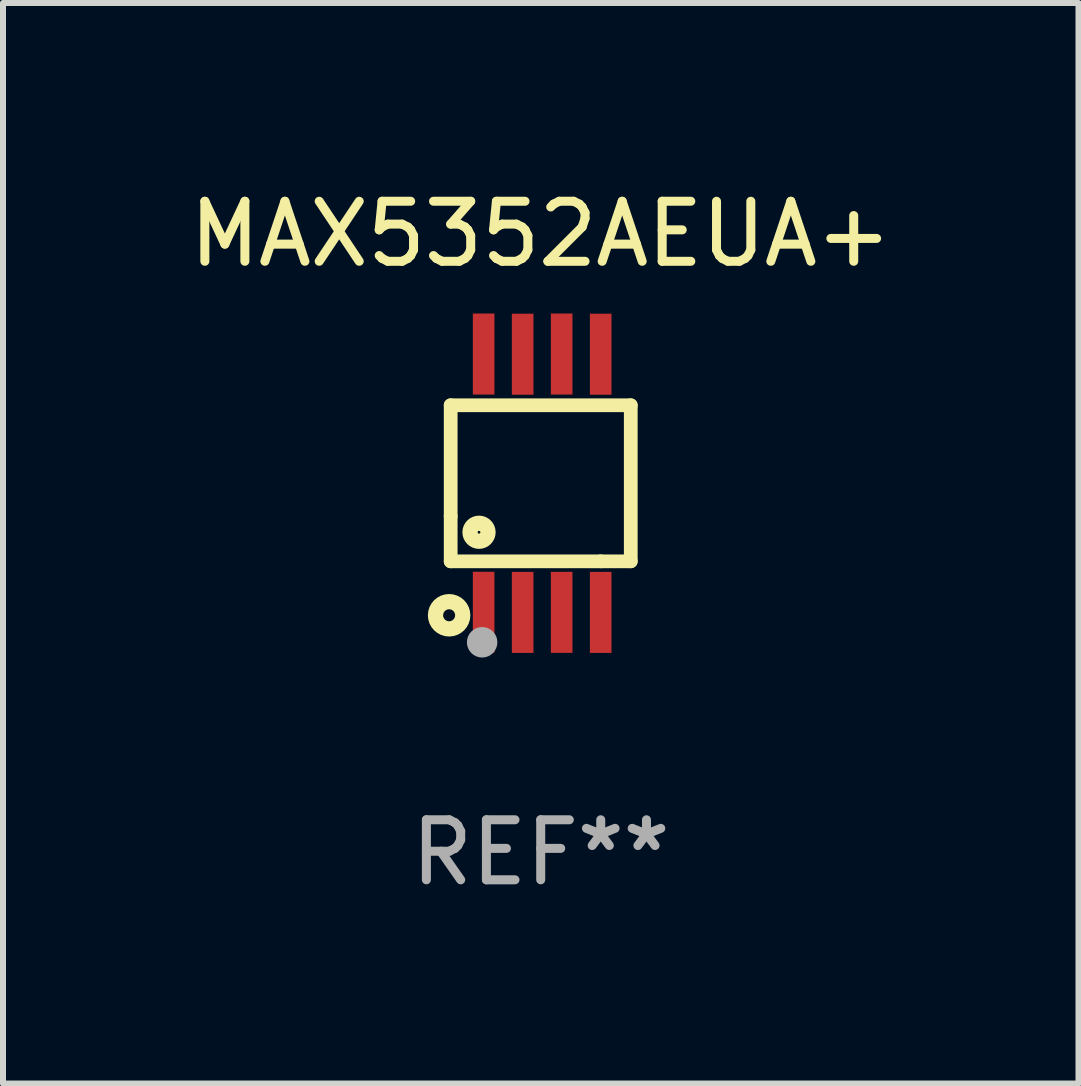
<source format=kicad_pcb>
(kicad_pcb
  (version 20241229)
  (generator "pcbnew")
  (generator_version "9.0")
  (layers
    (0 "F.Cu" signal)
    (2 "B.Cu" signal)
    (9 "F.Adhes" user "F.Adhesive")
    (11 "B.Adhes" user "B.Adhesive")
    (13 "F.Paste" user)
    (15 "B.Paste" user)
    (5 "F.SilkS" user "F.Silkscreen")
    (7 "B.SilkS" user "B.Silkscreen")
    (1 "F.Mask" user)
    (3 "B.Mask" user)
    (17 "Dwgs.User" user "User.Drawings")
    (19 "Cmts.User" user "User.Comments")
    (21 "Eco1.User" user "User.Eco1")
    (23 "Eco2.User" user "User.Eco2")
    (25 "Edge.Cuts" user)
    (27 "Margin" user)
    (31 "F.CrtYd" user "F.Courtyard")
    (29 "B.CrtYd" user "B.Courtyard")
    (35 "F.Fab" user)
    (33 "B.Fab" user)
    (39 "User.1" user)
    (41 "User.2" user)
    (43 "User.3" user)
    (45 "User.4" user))
  (footprint "MAX5352AEUA+"
    (layer "F.Cu")
    (at 5.958 5)
    (property "Reference" "MAX5352AEUA+" (at 0 -4.152 0) (layer "F.SilkS") (effects (font (size 1 1) (thickness 0.15))))
    (attr through_hole)
    (fp_line (start -1.5 1.301) (end 1 1.301) (stroke (width 0.229) (type solid)) (layer "F.SilkS"))
    (fp_line (start -1.5 -1.299) (end -1.5 0.551) (stroke (width 0.229) (type solid)) (layer "F.SilkS"))
    (fp_line (start -1.5 0.551) (end -1.5 1.301) (stroke (width 0.229) (type solid)) (layer "F.SilkS"))
    (fp_line (start 1 1.301) (end 1.5 1.301) (stroke (width 0.229) (type solid)) (layer "F.SilkS"))
    (fp_line (start 1.5 1.301) (end 1.5 -1.299) (stroke (width 0.229) (type solid)) (layer "F.SilkS"))
    (fp_line (start 1.5 -1.299) (end -1.5 -1.299) (stroke (width 0.229) (type solid)) (layer "F.SilkS"))
    (fp_circle (center -1.526 2.2) (end -1.426 2.2) (stroke (width 0.254) (type solid)) (fill no) (layer "F.SilkS"))
    (fp_circle (center -1.476 2.45) (end -1.446 2.45) (stroke (width 0.06) (type solid)) (fill no) (layer "F.SilkS"))
    (fp_circle (center -1.028 0.817) (end -0.878 0.817) (stroke (width 0.254) (type solid)) (fill no) (layer "F.SilkS"))
    (fp_circle (center -0.976 2.65) (end -0.849 2.65) (stroke (width 0.254) (type solid)) (fill no) (layer "F.Fab"))
    (fp_text user "REF**" (at 0 6.152 0) (layer "F.Fab") (effects (font (size 1 1) (thickness 0.15))))
    (pad "1" smd rect (at -0.951 2.15) (size 0.36 1.35) (layers "F.Cu" "F.Mask" "F.Paste"))
    (pad "2" smd rect (at -0.301 2.152) (size 0.36 1.35) (layers "F.Cu" "F.Mask" "F.Paste"))
    (pad "3" smd rect (at 0.349 2.151) (size 0.36 1.35) (layers "F.Cu" "F.Mask" "F.Paste"))
    (pad "4" smd rect (at 0.999 2.152) (size 0.36 1.35) (layers "F.Cu" "F.Mask" "F.Paste"))
    (pad "5" smd rect (at 0.999 -2.149) (size 0.36 1.35) (layers "F.Cu" "F.Mask" "F.Paste"))
    (pad "6" smd rect (at 0.349 -2.152) (size 0.36 1.35) (layers "F.Cu" "F.Mask" "F.Paste"))
    (pad "7" smd rect (at -0.301 -2.149) (size 0.36 1.35) (layers "F.Cu" "F.Mask" "F.Paste"))
    (pad "8" smd rect (at -0.951 -2.152) (size 0.36 1.35) (layers "F.Cu" "F.Mask" "F.Paste")))
  (gr_rect
    (start -3 -3)
    (end 14.917 15.001)
    (stroke (width 0.1) (type default))
    (fill no)
    (layer "Edge.Cuts")))
</source>
